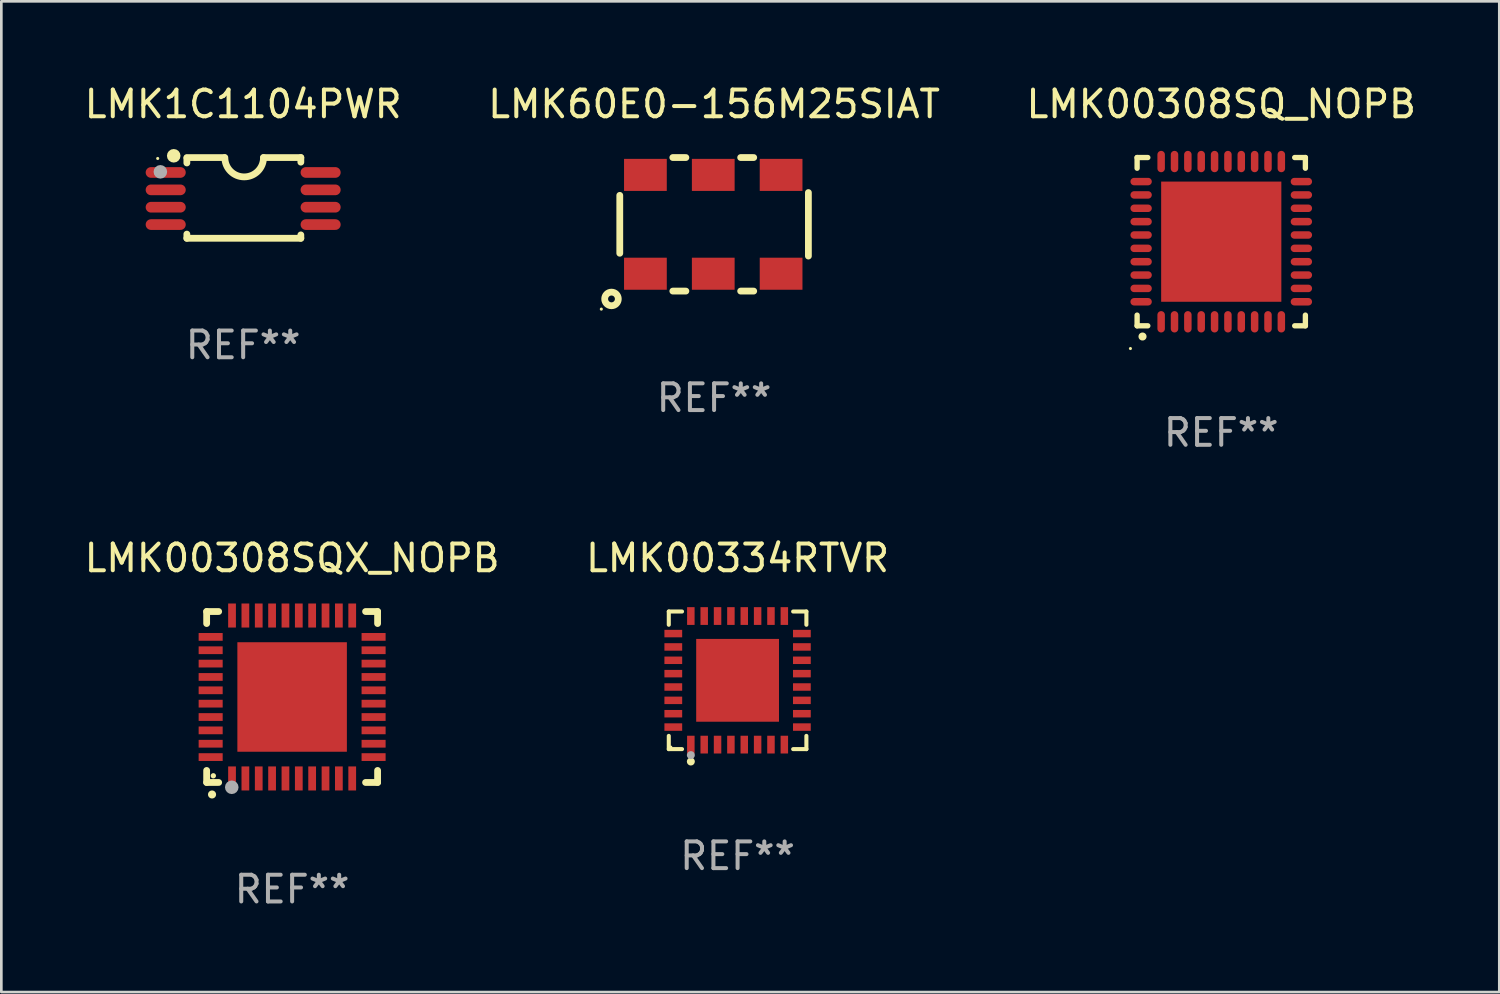
<source format=kicad_pcb>
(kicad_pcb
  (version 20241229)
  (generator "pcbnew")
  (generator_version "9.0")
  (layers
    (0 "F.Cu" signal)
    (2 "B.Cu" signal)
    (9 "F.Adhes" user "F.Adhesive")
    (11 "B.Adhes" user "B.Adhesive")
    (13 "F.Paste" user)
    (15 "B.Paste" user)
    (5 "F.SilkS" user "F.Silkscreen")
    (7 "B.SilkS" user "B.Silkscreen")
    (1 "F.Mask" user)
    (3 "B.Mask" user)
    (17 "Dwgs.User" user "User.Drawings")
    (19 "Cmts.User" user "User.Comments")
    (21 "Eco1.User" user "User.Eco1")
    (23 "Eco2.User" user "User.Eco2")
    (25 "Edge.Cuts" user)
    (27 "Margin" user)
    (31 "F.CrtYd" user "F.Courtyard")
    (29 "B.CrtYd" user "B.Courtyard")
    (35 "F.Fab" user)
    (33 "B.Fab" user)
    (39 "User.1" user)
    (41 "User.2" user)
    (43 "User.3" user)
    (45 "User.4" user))
  (footprint "LMK00308SQ_NOPB"
    (layer "F.Cu")
    (at 42.673 5.998)
    (property "Reference" "LMK00308SQ_NOPB" (at 0 -5.15 0) (layer "F.SilkS") (effects (font (size 1 1) (thickness 0.15))))
    (attr through_hole)
    (fp_line (start -3.15 -3.15) (end -2.75 -3.15) (stroke (width 0.2) (type solid)) (layer "F.SilkS"))
    (fp_line (start -3.15 -2.75) (end -3.15 -3.15) (stroke (width 0.2) (type solid)) (layer "F.SilkS"))
    (fp_line (start -3.15 3.15) (end -3.15 2.75) (stroke (width 0.2) (type solid)) (layer "F.SilkS"))
    (fp_line (start -2.75 3.15) (end -3.15 3.15) (stroke (width 0.2) (type solid)) (layer "F.SilkS"))
    (fp_line (start 3.15 -3.15) (end 2.75 -3.15) (stroke (width 0.2) (type solid)) (layer "F.SilkS"))
    (fp_line (start 3.15 -2.75) (end 3.15 -3.15) (stroke (width 0.2) (type solid)) (layer "F.SilkS"))
    (fp_line (start 3.15 2.75) (end 3.15 3.15) (stroke (width 0.2) (type solid)) (layer "F.SilkS"))
    (fp_line (start 3.15 3.15) (end 2.75 3.15) (stroke (width 0.2) (type solid)) (layer "F.SilkS"))
    (fp_arc (start -2.948946 3.550927) (mid -2.947676 3.550922) (end -2.946406 3.550927) (stroke (width 0.3) (type solid)) (layer "F.SilkS"))
    (fp_circle (center -3.4 4.001) (end -3.37 4.001) (stroke (width 0.06) (type solid)) (fill no) (layer "F.SilkS"))
    (fp_text user "REF**" (at 0 7.15 0) (layer "F.Fab") (effects (font (size 1 1) (thickness 0.15))))
    (pad "1" smd oval (at -2.25 3 180) (size 0.28 0.8) (layers "F.Cu" "F.Mask" "F.Paste"))
    (pad "2" smd oval (at -1.75 3 180) (size 0.28 0.8) (layers "F.Cu" "F.Mask" "F.Paste"))
    (pad "3" smd oval (at -1.25 3 180) (size 0.28 0.8) (layers "F.Cu" "F.Mask" "F.Paste"))
    (pad "4" smd oval (at -0.75 3 180) (size 0.28 0.8) (layers "F.Cu" "F.Mask" "F.Paste"))
    (pad "5" smd oval (at -0.25 3 180) (size 0.28 0.8) (layers "F.Cu" "F.Mask" "F.Paste"))
    (pad "6" smd oval (at 0.25 3 180) (size 0.28 0.8) (layers "F.Cu" "F.Mask" "F.Paste"))
    (pad "7" smd oval (at 0.75 3 180) (size 0.28 0.8) (layers "F.Cu" "F.Mask" "F.Paste"))
    (pad "8" smd oval (at 1.25 3 180) (size 0.28 0.8) (layers "F.Cu" "F.Mask" "F.Paste"))
    (pad "9" smd oval (at 1.75 3 180) (size 0.28 0.8) (layers "F.Cu" "F.Mask" "F.Paste"))
    (pad "10" smd oval (at 2.25 3 180) (size 0.28 0.8) (layers "F.Cu" "F.Mask" "F.Paste"))
    (pad "11" smd oval (at 3 2.25 90) (size 0.28 0.8) (layers "F.Cu" "F.Mask" "F.Paste"))
    (pad "12" smd oval (at 3 1.75 90) (size 0.28 0.8) (layers "F.Cu" "F.Mask" "F.Paste"))
    (pad "13" smd oval (at 3 1.25 90) (size 0.28 0.8) (layers "F.Cu" "F.Mask" "F.Paste"))
    (pad "14" smd oval (at 3 0.75 90) (size 0.28 0.8) (layers "F.Cu" "F.Mask" "F.Paste"))
    (pad "15" smd oval (at 3 0.25 90) (size 0.28 0.8) (layers "F.Cu" "F.Mask" "F.Paste"))
    (pad "16" smd oval (at 3 -0.25 90) (size 0.28 0.8) (layers "F.Cu" "F.Mask" "F.Paste"))
    (pad "17" smd oval (at 3 -0.75 90) (size 0.28 0.8) (layers "F.Cu" "F.Mask" "F.Paste"))
    (pad "18" smd oval (at 3 -1.25 90) (size 0.28 0.8) (layers "F.Cu" "F.Mask" "F.Paste"))
    (pad "19" smd oval (at 3 -1.75 90) (size 0.28 0.8) (layers "F.Cu" "F.Mask" "F.Paste"))
    (pad "20" smd oval (at 3 -2.25 90) (size 0.28 0.8) (layers "F.Cu" "F.Mask" "F.Paste"))
    (pad "21" smd oval (at 2.25 -3 180) (size 0.28 0.8) (layers "F.Cu" "F.Mask" "F.Paste"))
    (pad "22" smd oval (at 1.75 -3 180) (size 0.28 0.8) (layers "F.Cu" "F.Mask" "F.Paste"))
    (pad "23" smd oval (at 1.25 -3 180) (size 0.28 0.8) (layers "F.Cu" "F.Mask" "F.Paste"))
    (pad "24" smd oval (at 0.75 -3 180) (size 0.28 0.8) (layers "F.Cu" "F.Mask" "F.Paste"))
    (pad "25" smd oval (at 0.25 -3 180) (size 0.28 0.8) (layers "F.Cu" "F.Mask" "F.Paste"))
    (pad "26" smd oval (at -0.25 -3 180) (size 0.28 0.8) (layers "F.Cu" "F.Mask" "F.Paste"))
    (pad "27" smd oval (at -0.75 -3 180) (size 0.28 0.8) (layers "F.Cu" "F.Mask" "F.Paste"))
    (pad "28" smd oval (at -1.25 -3 180) (size 0.28 0.8) (layers "F.Cu" "F.Mask" "F.Paste"))
    (pad "29" smd oval (at -1.75 -3 180) (size 0.28 0.8) (layers "F.Cu" "F.Mask" "F.Paste"))
    (pad "30" smd oval (at -2.25 -3 180) (size 0.28 0.8) (layers "F.Cu" "F.Mask" "F.Paste"))
    (pad "31" smd oval (at -3 -2.25 90) (size 0.28 0.8) (layers "F.Cu" "F.Mask" "F.Paste"))
    (pad "32" smd oval (at -3 -1.75 90) (size 0.28 0.8) (layers "F.Cu" "F.Mask" "F.Paste"))
    (pad "33" smd oval (at -3 -1.25 90) (size 0.28 0.8) (layers "F.Cu" "F.Mask" "F.Paste"))
    (pad "34" smd oval (at -3 -0.75 90) (size 0.28 0.8) (layers "F.Cu" "F.Mask" "F.Paste"))
    (pad "35" smd oval (at -3 -0.25 90) (size 0.28 0.8) (layers "F.Cu" "F.Mask" "F.Paste"))
    (pad "36" smd oval (at -3 0.25 90) (size 0.28 0.8) (layers "F.Cu" "F.Mask" "F.Paste"))
    (pad "37" smd oval (at -3 0.75 90) (size 0.28 0.8) (layers "F.Cu" "F.Mask" "F.Paste"))
    (pad "38" smd oval (at -3 1.25 90) (size 0.28 0.8) (layers "F.Cu" "F.Mask" "F.Paste"))
    (pad "39" smd oval (at -3 1.75 90) (size 0.28 0.8) (layers "F.Cu" "F.Mask" "F.Paste"))
    (pad "40" smd oval (at -3 2.25 90) (size 0.28 0.8) (layers "F.Cu" "F.Mask" "F.Paste"))
    (pad "41" smd rect (at 0.000051 0.000051 90) (size 4.5 4.5) (layers "F.Cu" "F.Mask" "F.Paste")))
  (footprint "LMK60E0-156M25SIAT"
    (layer "F.Cu")
    (at 23.685 5.348)
    (property "Reference" "LMK60E0-156M25SIAT" (at 0 -4.5 0) (layer "F.SilkS") (effects (font (size 1 1) (thickness 0.15))))
    (attr through_hole)
    (fp_line (start -3.531 -1.084) (end -3.531 1.084) (stroke (width 0.254) (type solid)) (layer "F.SilkS"))
    (fp_line (start -1.545 2.5) (end -1.056 2.5) (stroke (width 0.254) (type solid)) (layer "F.SilkS"))
    (fp_line (start -1.056 -2.5) (end -1.545 -2.5) (stroke (width 0.254) (type solid)) (layer "F.SilkS"))
    (fp_line (start 0.995 2.5) (end 1.484 2.5) (stroke (width 0.254) (type solid)) (layer "F.SilkS"))
    (fp_line (start 1.484 -2.5) (end 0.995 -2.5) (stroke (width 0.254) (type solid)) (layer "F.SilkS"))
    (fp_line (start 3.531 1.189) (end 3.531 -1.189) (stroke (width 0.254) (type solid)) (layer "F.SilkS"))
    (fp_circle (center -4.222 3.175) (end -4.192 3.175) (stroke (width 0.06) (type solid)) (fill no) (layer "F.SilkS"))
    (fp_circle (center -3.841 2.794) (end -3.586 2.794) (stroke (width 0.254) (type solid)) (fill no) (layer "F.SilkS"))
    (fp_text user "REF**" (at 0 6.5 0) (layer "F.Fab") (effects (font (size 1 1) (thickness 0.15))))
    (pad "1" smd rect (at -2.571 1.85 90) (size 1.2 1.6) (layers "F.Cu" "F.Mask" "F.Paste"))
    (pad "2" smd rect (at -0.031 1.85 90) (size 1.2 1.6) (layers "F.Cu" "F.Mask" "F.Paste"))
    (pad "3" smd rect (at 2.509 1.85 90) (size 1.2 1.6) (layers "F.Cu" "F.Mask" "F.Paste"))
    (pad "4" smd rect (at 2.509 -1.85 90) (size 1.2 1.6) (layers "F.Cu" "F.Mask" "F.Paste"))
    (pad "5" smd rect (at -0.031 -1.85 90) (size 1.2 1.6) (layers "F.Cu" "F.Mask" "F.Paste"))
    (pad "6" smd rect (at -2.571 -1.85 90) (size 1.2 1.6) (layers "F.Cu" "F.Mask" "F.Paste")))
  (footprint "LMK1C1104PWR"
    (layer "F.Cu")
    (at 6.054 4.36)
    (property "Reference" "LMK1C1104PWR" (at 0 -3.511 0) (layer "F.SilkS") (effects (font (size 1 1) (thickness 0.15))))
    (attr through_hole)
    (fp_line (start -2.108 -1.511) (end -0.711 -1.511) (stroke (width 0.254) (type solid)) (layer "F.SilkS"))
    (fp_line (start -2.108 -1.309) (end -2.108 -1.486) (stroke (width 0.254) (type solid)) (layer "F.SilkS"))
    (fp_line (start -2.108 1.511) (end -2.108 1.355) (stroke (width 0.254) (type solid)) (layer "F.SilkS"))
    (fp_line (start 0.762 -1.511) (end 2.159 -1.511) (stroke (width 0.254) (type solid)) (layer "F.SilkS"))
    (fp_line (start 2.159 -1.511) (end 2.159 -1.339) (stroke (width 0.254) (type solid)) (layer "F.SilkS"))
    (fp_line (start 2.159 1.384) (end 2.159 1.511) (stroke (width 0.254) (type solid)) (layer "F.SilkS"))
    (fp_line (start 2.159 1.511) (end -2.108 1.511) (stroke (width 0.254) (type solid)) (layer "F.SilkS"))
    (fp_arc (start 0.762002 -1.511303) (mid 0.0381 -0.787401) (end -0.685802 -1.511303) (stroke (width 0.254001) (type solid)) (layer "F.SilkS"))
    (fp_circle (center -3.2 -1.477) (end -3.17 -1.477) (stroke (width 0.06) (type solid)) (fill no) (layer "F.SilkS"))
    (fp_circle (center -2.6 -1.577) (end -2.473 -1.577) (stroke (width 0.254) (type solid)) (fill no) (layer "F.SilkS"))
    (fp_circle (center -3.1 -0.977) (end -2.973 -0.977) (stroke (width 0.254) (type solid)) (fill no) (layer "F.Fab"))
    (fp_text user "REF**" (at 0 5.511 0) (layer "F.Fab") (effects (font (size 1 1) (thickness 0.15))))
    (pad "1" smd oval (at -2.9 -0.953 90) (size 0.4 1.5) (layers "F.Cu" "F.Mask" "F.Paste"))
    (pad "2" smd oval (at -2.9 -0.302 90) (size 0.4 1.5) (layers "F.Cu" "F.Mask" "F.Paste"))
    (pad "3" smd oval (at -2.9 0.348 90) (size 0.4 1.5) (layers "F.Cu" "F.Mask" "F.Paste"))
    (pad "4" smd oval (at -2.9 0.998 90) (size 0.4 1.5) (layers "F.Cu" "F.Mask" "F.Paste"))
    (pad "5" smd oval (at 2.9 0.998 90) (size 0.4 1.5) (layers "F.Cu" "F.Mask" "F.Paste"))
    (pad "6" smd oval (at 2.9 0.348 90) (size 0.4 1.5) (layers "F.Cu" "F.Mask" "F.Paste"))
    (pad "7" smd oval (at 2.9 -0.302 90) (size 0.4 1.5) (layers "F.Cu" "F.Mask" "F.Paste"))
    (pad "8" smd oval (at 2.9 -0.953 90) (size 0.4 1.5) (layers "F.Cu" "F.Mask" "F.Paste")))
  (footprint "LMK00308SQX_NOPB"
    (layer "F.Cu")
    (at 7.887 23.045)
    (property "Reference" "LMK00308SQX_NOPB" (at 0 -5.2 0) (layer "F.SilkS") (effects (font (size 1 1) (thickness 0.15))))
    (attr through_hole)
    (fp_line (start -3.2 -3.2) (end -3.2 -2.75) (stroke (width 0.254) (type solid)) (layer "F.SilkS"))
    (fp_line (start -3.2 3.2) (end -3.2 2.75) (stroke (width 0.254) (type solid)) (layer "F.SilkS"))
    (fp_line (start -2.75 -3.2) (end -3.2 -3.2) (stroke (width 0.254) (type solid)) (layer "F.SilkS"))
    (fp_line (start -2.75 3.2) (end -3.2 3.2) (stroke (width 0.254) (type solid)) (layer "F.SilkS"))
    (fp_line (start 3.2 -3.2) (end 2.75 -3.2) (stroke (width 0.254) (type solid)) (layer "F.SilkS"))
    (fp_line (start 3.2 -2.75) (end 3.2 -3.2) (stroke (width 0.254) (type solid)) (layer "F.SilkS"))
    (fp_line (start 3.2 2.75) (end 3.2 3.2) (stroke (width 0.254) (type solid)) (layer "F.SilkS"))
    (fp_line (start 3.2 3.2) (end 2.75 3.2) (stroke (width 0.254) (type solid)) (layer "F.SilkS"))
    (fp_arc (start -2.999746 3.649987) (mid -2.998476 3.649982) (end -2.997206 3.649987) (stroke (width 0.3) (type solid)) (layer "F.SilkS"))
    (fp_circle (center -2.95 2.95) (end -2.9 2.95) (stroke (width 0.1) (type solid)) (fill no) (layer "F.SilkS"))
    (fp_circle (center -2.26 3.38) (end -2.133 3.38) (stroke (width 0.254) (type solid)) (fill no) (layer "F.Fab"))
    (fp_text user "REF**" (at 0 7.2 0) (layer "F.Fab") (effects (font (size 1 1) (thickness 0.15))))
    (pad "1" smd rect (at -2.25 3.05 180) (size 0.29 0.9) (layers "F.Cu" "F.Mask" "F.Paste"))
    (pad "2" smd rect (at -1.75 3.05 180) (size 0.29 0.9) (layers "F.Cu" "F.Mask" "F.Paste"))
    (pad "3" smd rect (at -1.25 3.05 180) (size 0.29 0.9) (layers "F.Cu" "F.Mask" "F.Paste"))
    (pad "4" smd rect (at -0.75 3.05 180) (size 0.29 0.9) (layers "F.Cu" "F.Mask" "F.Paste"))
    (pad "5" smd rect (at -0.25 3.05 180) (size 0.29 0.9) (layers "F.Cu" "F.Mask" "F.Paste"))
    (pad "6" smd rect (at 0.25 3.05 180) (size 0.29 0.9) (layers "F.Cu" "F.Mask" "F.Paste"))
    (pad "7" smd rect (at 0.75 3.05 180) (size 0.29 0.9) (layers "F.Cu" "F.Mask" "F.Paste"))
    (pad "8" smd rect (at 1.25 3.05 180) (size 0.29 0.9) (layers "F.Cu" "F.Mask" "F.Paste"))
    (pad "9" smd rect (at 1.75 3.05 180) (size 0.29 0.9) (layers "F.Cu" "F.Mask" "F.Paste"))
    (pad "10" smd rect (at 2.25 3.05 180) (size 0.29 0.9) (layers "F.Cu" "F.Mask" "F.Paste"))
    (pad "11" smd rect (at 3.05 2.25 90) (size 0.29 0.9) (layers "F.Cu" "F.Mask" "F.Paste"))
    (pad "12" smd rect (at 3.05 1.75 90) (size 0.29 0.9) (layers "F.Cu" "F.Mask" "F.Paste"))
    (pad "13" smd rect (at 3.05 1.25 90) (size 0.29 0.9) (layers "F.Cu" "F.Mask" "F.Paste"))
    (pad "14" smd rect (at 3.05 0.75 90) (size 0.29 0.9) (layers "F.Cu" "F.Mask" "F.Paste"))
    (pad "15" smd rect (at 3.05 0.25 90) (size 0.29 0.9) (layers "F.Cu" "F.Mask" "F.Paste"))
    (pad "16" smd rect (at 3.05 -0.25 90) (size 0.29 0.9) (layers "F.Cu" "F.Mask" "F.Paste"))
    (pad "17" smd rect (at 3.05 -0.75 90) (size 0.29 0.9) (layers "F.Cu" "F.Mask" "F.Paste"))
    (pad "18" smd rect (at 3.05 -1.25 90) (size 0.29 0.9) (layers "F.Cu" "F.Mask" "F.Paste"))
    (pad "19" smd rect (at 3.05 -1.75 90) (size 0.29 0.9) (layers "F.Cu" "F.Mask" "F.Paste"))
    (pad "20" smd rect (at 3.05 -2.25 90) (size 0.29 0.9) (layers "F.Cu" "F.Mask" "F.Paste"))
    (pad "21" smd rect (at 2.25 -3.05 180) (size 0.29 0.9) (layers "F.Cu" "F.Mask" "F.Paste"))
    (pad "22" smd rect (at 1.75 -3.05 180) (size 0.29 0.9) (layers "F.Cu" "F.Mask" "F.Paste"))
    (pad "23" smd rect (at 1.25 -3.05 180) (size 0.29 0.9) (layers "F.Cu" "F.Mask" "F.Paste"))
    (pad "24" smd rect (at 0.75 -3.05 180) (size 0.29 0.9) (layers "F.Cu" "F.Mask" "F.Paste"))
    (pad "25" smd rect (at 0.25 -3.05 180) (size 0.29 0.9) (layers "F.Cu" "F.Mask" "F.Paste"))
    (pad "26" smd rect (at -0.25 -3.05 180) (size 0.29 0.9) (layers "F.Cu" "F.Mask" "F.Paste"))
    (pad "27" smd rect (at -0.75 -3.05 180) (size 0.29 0.9) (layers "F.Cu" "F.Mask" "F.Paste"))
    (pad "28" smd rect (at -1.25 -3.05 180) (size 0.29 0.9) (layers "F.Cu" "F.Mask" "F.Paste"))
    (pad "29" smd rect (at -1.75 -3.05 180) (size 0.29 0.9) (layers "F.Cu" "F.Mask" "F.Paste"))
    (pad "30" smd rect (at -2.25 -3.05 180) (size 0.29 0.9) (layers "F.Cu" "F.Mask" "F.Paste"))
    (pad "31" smd rect (at -3.05 -2.25 90) (size 0.29 0.9) (layers "F.Cu" "F.Mask" "F.Paste"))
    (pad "32" smd rect (at -3.05 -1.75 90) (size 0.29 0.9) (layers "F.Cu" "F.Mask" "F.Paste"))
    (pad "33" smd rect (at -3.05 -1.25 90) (size 0.29 0.9) (layers "F.Cu" "F.Mask" "F.Paste"))
    (pad "34" smd rect (at -3.05 -0.75 90) (size 0.29 0.9) (layers "F.Cu" "F.Mask" "F.Paste"))
    (pad "35" smd rect (at -3.05 -0.25 90) (size 0.29 0.9) (layers "F.Cu" "F.Mask" "F.Paste"))
    (pad "36" smd rect (at -3.05 0.25 90) (size 0.29 0.9) (layers "F.Cu" "F.Mask" "F.Paste"))
    (pad "37" smd rect (at -3.05 0.75 90) (size 0.29 0.9) (layers "F.Cu" "F.Mask" "F.Paste"))
    (pad "38" smd rect (at -3.05 1.25 90) (size 0.29 0.9) (layers "F.Cu" "F.Mask" "F.Paste"))
    (pad "39" smd rect (at -3.05 1.75 90) (size 0.29 0.9) (layers "F.Cu" "F.Mask" "F.Paste"))
    (pad "40" smd rect (at -3.05 2.25 90) (size 0.29 0.9) (layers "F.Cu" "F.Mask" "F.Paste"))
    (pad "41" smd rect (at 0 0) (size 4.1 4.1) (layers "F.Cu" "F.Mask" "F.Paste")))
  (footprint "LMK00334RTVR"
    (layer "F.Cu")
    (at 24.565 22.421)
    (property "Reference" "LMK00334RTVR" (at 0 -4.576 0) (layer "F.SilkS") (effects (font (size 1 1) (thickness 0.15))))
    (attr through_hole)
    (fp_line (start -2.576 -2.576) (end -2.08 -2.576) (stroke (width 0.152) (type solid)) (layer "F.SilkS"))
    (fp_line (start -2.576 -2.08) (end -2.576 -2.576) (stroke (width 0.152) (type solid)) (layer "F.SilkS"))
    (fp_line (start -2.576 2.08) (end -2.576 2.576) (stroke (width 0.152) (type solid)) (layer "F.SilkS"))
    (fp_line (start -2.576 2.576) (end -2.08 2.576) (stroke (width 0.152) (type solid)) (layer "F.SilkS"))
    (fp_line (start 2.576 -2.576) (end 2.08 -2.576) (stroke (width 0.152) (type solid)) (layer "F.SilkS"))
    (fp_line (start 2.576 -2.08) (end 2.576 -2.576) (stroke (width 0.152) (type solid)) (layer "F.SilkS"))
    (fp_line (start 2.576 2.08) (end 2.576 2.576) (stroke (width 0.152) (type solid)) (layer "F.SilkS"))
    (fp_line (start 2.576 2.576) (end 2.08 2.576) (stroke (width 0.152) (type solid)) (layer "F.SilkS"))
    (fp_circle (center -2.5 2.5) (end -2.47 2.5) (stroke (width 0.06) (type solid)) (fill no) (layer "F.SilkS"))
    (fp_circle (center -1.75 3.04) (end -1.675 3.04) (stroke (width 0.15) (type solid)) (fill no) (layer "F.SilkS"))
    (fp_circle (center -1.75 2.8) (end -1.675 2.8) (stroke (width 0.15) (type solid)) (fill no) (layer "F.Fab"))
    (fp_text user "REF**" (at 0 6.576 0) (layer "F.Fab") (effects (font (size 1 1) (thickness 0.15))))
    (pad "1" smd rect (at -1.75 2.407) (size 0.28 0.665) (layers "F.Cu" "F.Mask" "F.Paste"))
    (pad "2" smd rect (at -1.25 2.407) (size 0.28 0.665) (layers "F.Cu" "F.Mask" "F.Paste"))
    (pad "3" smd rect (at -0.75 2.407) (size 0.28 0.665) (layers "F.Cu" "F.Mask" "F.Paste"))
    (pad "4" smd rect (at -0.25 2.407) (size 0.28 0.665) (layers "F.Cu" "F.Mask" "F.Paste"))
    (pad "5" smd rect (at 0.25 2.407) (size 0.28 0.665) (layers "F.Cu" "F.Mask" "F.Paste"))
    (pad "6" smd rect (at 0.75 2.407) (size 0.28 0.665) (layers "F.Cu" "F.Mask" "F.Paste"))
    (pad "7" smd rect (at 1.25 2.407) (size 0.28 0.665) (layers "F.Cu" "F.Mask" "F.Paste"))
    (pad "8" smd rect (at 1.75 2.407) (size 0.28 0.665) (layers "F.Cu" "F.Mask" "F.Paste"))
    (pad "9" smd rect (at 2.407 1.75) (size 0.665 0.28) (layers "F.Cu" "F.Mask" "F.Paste"))
    (pad "10" smd rect (at 2.407 1.25) (size 0.665 0.28) (layers "F.Cu" "F.Mask" "F.Paste"))
    (pad "11" smd rect (at 2.407 0.75) (size 0.665 0.28) (layers "F.Cu" "F.Mask" "F.Paste"))
    (pad "12" smd rect (at 2.407 0.25) (size 0.665 0.28) (layers "F.Cu" "F.Mask" "F.Paste"))
    (pad "13" smd rect (at 2.407 -0.25) (size 0.665 0.28) (layers "F.Cu" "F.Mask" "F.Paste"))
    (pad "14" smd rect (at 2.407 -0.75) (size 0.665 0.28) (layers "F.Cu" "F.Mask" "F.Paste"))
    (pad "15" smd rect (at 2.407 -1.25) (size 0.665 0.28) (layers "F.Cu" "F.Mask" "F.Paste"))
    (pad "16" smd rect (at 2.407 -1.75) (size 0.665 0.28) (layers "F.Cu" "F.Mask" "F.Paste"))
    (pad "17" smd rect (at 1.75 -2.407) (size 0.28 0.665) (layers "F.Cu" "F.Mask" "F.Paste"))
    (pad "18" smd rect (at 1.25 -2.407) (size 0.28 0.665) (layers "F.Cu" "F.Mask" "F.Paste"))
    (pad "19" smd rect (at 0.75 -2.407) (size 0.28 0.665) (layers "F.Cu" "F.Mask" "F.Paste"))
    (pad "20" smd rect (at 0.25 -2.407) (size 0.28 0.665) (layers "F.Cu" "F.Mask" "F.Paste"))
    (pad "21" smd rect (at -0.25 -2.407) (size 0.28 0.665) (layers "F.Cu" "F.Mask" "F.Paste"))
    (pad "22" smd rect (at -0.75 -2.407) (size 0.28 0.665) (layers "F.Cu" "F.Mask" "F.Paste"))
    (pad "23" smd rect (at -1.25 -2.407) (size 0.28 0.665) (layers "F.Cu" "F.Mask" "F.Paste"))
    (pad "24" smd rect (at -1.75 -2.407) (size 0.28 0.665) (layers "F.Cu" "F.Mask" "F.Paste"))
    (pad "25" smd rect (at -2.407 -1.75) (size 0.665 0.28) (layers "F.Cu" "F.Mask" "F.Paste"))
    (pad "26" smd rect (at -2.407 -1.25) (size 0.665 0.28) (layers "F.Cu" "F.Mask" "F.Paste"))
    (pad "27" smd rect (at -2.407 -0.75) (size 0.665 0.28) (layers "F.Cu" "F.Mask" "F.Paste"))
    (pad "28" smd rect (at -2.407 -0.25) (size 0.665 0.28) (layers "F.Cu" "F.Mask" "F.Paste"))
    (pad "29" smd rect (at -2.407 0.25) (size 0.665 0.28) (layers "F.Cu" "F.Mask" "F.Paste"))
    (pad "30" smd rect (at -2.407 0.75) (size 0.665 0.28) (layers "F.Cu" "F.Mask" "F.Paste"))
    (pad "31" smd rect (at -2.407 1.25) (size 0.665 0.28) (layers "F.Cu" "F.Mask" "F.Paste"))
    (pad "32" smd rect (at -2.407 1.75) (size 0.665 0.28) (layers "F.Cu" "F.Mask" "F.Paste"))
    (pad "33" smd rect (at 0 0) (size 3.1 3.1) (layers "F.Cu" "F.Mask" "F.Paste")))
  (gr_rect
    (start -3 -3)
    (end 53.083 34.093)
    (stroke (width 0.1) (type default))
    (fill no)
    (layer "Edge.Cuts")))
</source>
